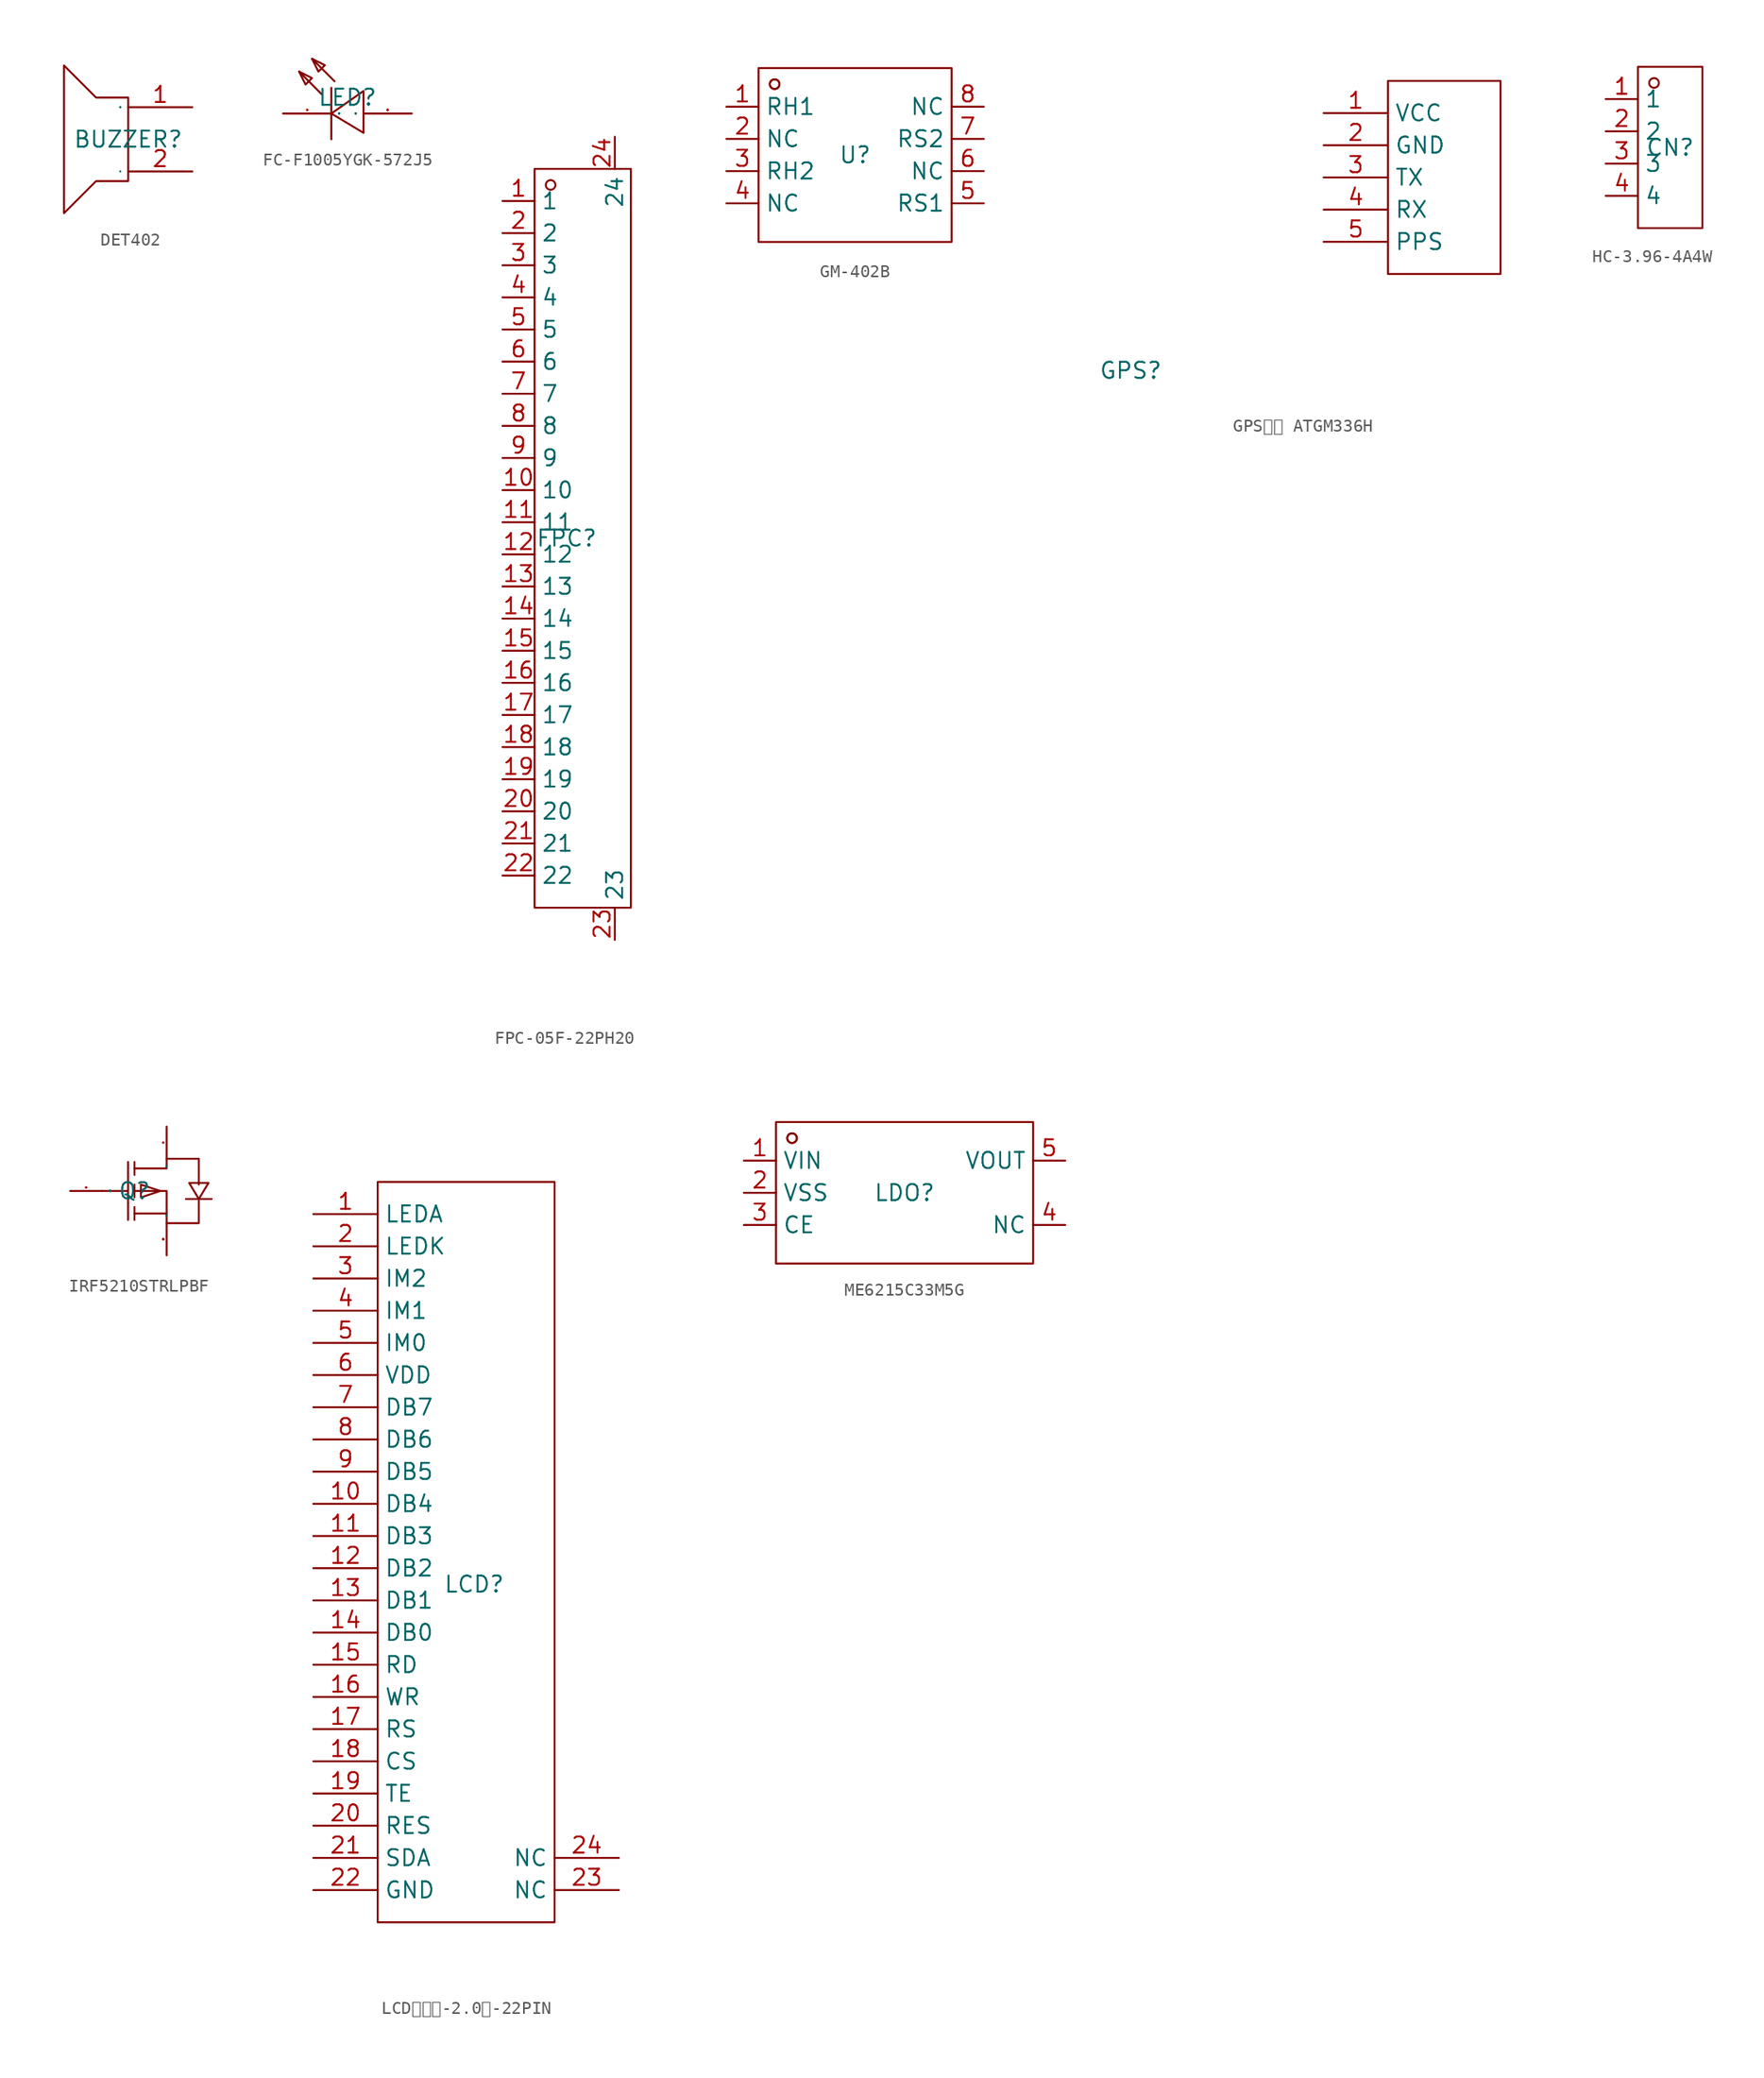
<source format=kicad_sym>
(kicad_symbol_lib
  (version 20241209)
  (generator "kicad_symbol_editor")
  (generator_version "9.0")
  (symbol "DET402"
    (property "Reference" "BUZZER"
      (at 0 0 0)
      (effects (font (size 1.27 1.27))))
    (property "Value" ""
      (at 0 0 0)
      (effects (font (size 1.27 1.27))))
    (symbol "DET402_1_0"
      (polyline (pts (xy 0 1.778) (xy 0 -3.302) (xy 0 -3.302) (xy -2.54 -3.302) (xy -2.54 -3.302) (xy -5.08 -5.842) (xy -5.08 -5.842) (xy -5.08 5.842) (xy -5.08 5.842) (xy -2.54 3.302) (xy -2.54 3.302) (xy 0 3.302) (xy 0 3.302) (xy 0 1.778)) (stroke (width 0) (type default)) (fill (type none)))
      (pin input line (at 5.08 2.54 180) (length 5.08) (name "+" (effects (font (size 0.025 0.025)))) (number "1" (effects (font (size 1.27 1.27)))))
      (pin input line (at 5.08 -2.54 180) (length 5.08) (name "-" (effects (font (size 0.025 0.025)))) (number "2" (effects (font (size 1.27 1.27)))))))
  (symbol "FC-F1005YGK-572J5"
    (property "Reference" "LED"
      (at 0 0 0)
      (effects (font (size 1.27 1.27))))
    (property "Value" ""
      (at 0 0 0)
      (effects (font (size 1.27 1.27))))
    (symbol "FC-F1005YGK-572J5_1_0"
      (polyline (pts (xy -3.81 2.032) (xy -2.794 1.524) (xy -2.794 1.524) (xy -3.302 1.016) (xy -3.302 1.016) (xy -3.81 2.032)) (stroke (width 0) (type default)) (fill (type none)))
      (polyline (pts (xy -2.794 3.048) (xy -1.778 2.54) (xy -1.778 2.54) (xy -2.286 2.032) (xy -2.286 2.032) (xy -2.794 3.048)) (stroke (width 0) (type default)) (fill (type none)))
      (polyline (pts (xy -2.032 0.254) (xy -3.81 2.032)) (stroke (width 0) (type default)) (fill (type none)))
      (polyline (pts (xy -1.27 0.762) (xy -1.27 -3.302)) (stroke (width 0) (type default)) (fill (type none)))
      (polyline (pts (xy -1.016 1.27) (xy -2.794 3.048)) (stroke (width 0) (type default)) (fill (type none)))
      (polyline (pts (xy 1.27 -2.794) (xy -1.27 -1.27) (xy -1.27 -1.27) (xy 1.27 0.508) (xy 1.27 0.508) (xy 1.27 -2.794)) (stroke (width 0) (type default)) (fill (type none)))
      (pin input line (at -5.08 -1.27 0) (length 3.81) (name "K" (effects (font (size 0.025 0.025)))) (number "1" (effects (font (size 0.025 0.025)))))
      (pin input line (at 5.08 -1.27 180) (length 3.81) (name "A" (effects (font (size 0.025 0.025)))) (number "2" (effects (font (size 0.025 0.025)))))))
  (symbol "FPC-05F-22PH20"
    (property "Reference" "FPC"
      (at 0 0 0)
      (effects (font (size 1.27 1.27))))
    (property "Value" ""
      (at 0 0 0)
      (effects (font (size 1.27 1.27))))
    (symbol "FPC-05F-22PH20_1_0"
      (rectangle (start -2.54 -29.21) (end 5.08 29.21) (stroke (width 0) (type default)) (fill (type none)))
      (circle (center -1.27 27.94) (radius 0.381) (stroke (width 0) (type default)) (fill (type none)))
      (pin input line (at -5.08 26.67 0) (length 2.54) (name "1" (effects (font (size 1.27 1.27)))) (number "1" (effects (font (size 1.27 1.27)))))
      (pin input line (at -5.08 24.13 0) (length 2.54) (name "2" (effects (font (size 1.27 1.27)))) (number "2" (effects (font (size 1.27 1.27)))))
      (pin input line (at -5.08 21.59 0) (length 2.54) (name "3" (effects (font (size 1.27 1.27)))) (number "3" (effects (font (size 1.27 1.27)))))
      (pin input line (at -5.08 19.05 0) (length 2.54) (name "4" (effects (font (size 1.27 1.27)))) (number "4" (effects (font (size 1.27 1.27)))))
      (pin input line (at -5.08 16.51 0) (length 2.54) (name "5" (effects (font (size 1.27 1.27)))) (number "5" (effects (font (size 1.27 1.27)))))
      (pin input line (at -5.08 13.97 0) (length 2.54) (name "6" (effects (font (size 1.27 1.27)))) (number "6" (effects (font (size 1.27 1.27)))))
      (pin input line (at -5.08 11.43 0) (length 2.54) (name "7" (effects (font (size 1.27 1.27)))) (number "7" (effects (font (size 1.27 1.27)))))
      (pin input line (at -5.08 8.89 0) (length 2.54) (name "8" (effects (font (size 1.27 1.27)))) (number "8" (effects (font (size 1.27 1.27)))))
      (pin input line (at -5.08 6.35 0) (length 2.54) (name "9" (effects (font (size 1.27 1.27)))) (number "9" (effects (font (size 1.27 1.27)))))
      (pin input line (at -5.08 3.81 0) (length 2.54) (name "10" (effects (font (size 1.27 1.27)))) (number "10" (effects (font (size 1.27 1.27)))))
      (pin input line (at -5.08 1.27 0) (length 2.54) (name "11" (effects (font (size 1.27 1.27)))) (number "11" (effects (font (size 1.27 1.27)))))
      (pin input line (at -5.08 -1.27 0) (length 2.54) (name "12" (effects (font (size 1.27 1.27)))) (number "12" (effects (font (size 1.27 1.27)))))
      (pin input line (at -5.08 -3.81 0) (length 2.54) (name "13" (effects (font (size 1.27 1.27)))) (number "13" (effects (font (size 1.27 1.27)))))
      (pin input line (at -5.08 -6.35 0) (length 2.54) (name "14" (effects (font (size 1.27 1.27)))) (number "14" (effects (font (size 1.27 1.27)))))
      (pin input line (at -5.08 -8.89 0) (length 2.54) (name "15" (effects (font (size 1.27 1.27)))) (number "15" (effects (font (size 1.27 1.27)))))
      (pin input line (at -5.08 -11.43 0) (length 2.54) (name "16" (effects (font (size 1.27 1.27)))) (number "16" (effects (font (size 1.27 1.27)))))
      (pin input line (at -5.08 -13.97 0) (length 2.54) (name "17" (effects (font (size 1.27 1.27)))) (number "17" (effects (font (size 1.27 1.27)))))
      (pin input line (at -5.08 -16.51 0) (length 2.54) (name "18" (effects (font (size 1.27 1.27)))) (number "18" (effects (font (size 1.27 1.27)))))
      (pin input line (at -5.08 -19.05 0) (length 2.54) (name "19" (effects (font (size 1.27 1.27)))) (number "19" (effects (font (size 1.27 1.27)))))
      (pin input line (at -5.08 -21.59 0) (length 2.54) (name "20" (effects (font (size 1.27 1.27)))) (number "20" (effects (font (size 1.27 1.27)))))
      (pin input line (at -5.08 -24.13 0) (length 2.54) (name "21" (effects (font (size 1.27 1.27)))) (number "21" (effects (font (size 1.27 1.27)))))
      (pin input line (at -5.08 -26.67 0) (length 2.54) (name "22" (effects (font (size 1.27 1.27)))) (number "22" (effects (font (size 1.27 1.27)))))
      (pin input line (at 3.81 31.75 270) (length 2.54) (name "24" (effects (font (size 1.27 1.27)))) (number "24" (effects (font (size 1.27 1.27)))))
      (pin input line (at 3.81 -31.75 90) (length 2.54) (name "23" (effects (font (size 1.27 1.27)))) (number "23" (effects (font (size 1.27 1.27)))))))
  (symbol "GM-402B"
    (property "Reference" "U"
      (at 0 0 0)
      (effects (font (size 1.27 1.27))))
    (property "Value" ""
      (at 0 0 0)
      (effects (font (size 1.27 1.27))))
    (symbol "GM-402B_1_0"
      (rectangle (start -7.62 -6.858) (end 7.62 6.858) (stroke (width 0) (type default)) (fill (type none)))
      (circle (center -6.35 5.588) (radius 0.381) (stroke (width 0) (type default)) (fill (type none)))
      (circle (center -6.35 5.588) (radius 0.381) (stroke (width 0) (type default)) (fill (type none)))
      (pin input line (at -10.16 3.81 0) (length 2.54) (name "RH1" (effects (font (size 1.27 1.27)))) (number "1" (effects (font (size 1.27 1.27)))))
      (pin input line (at -10.16 1.27 0) (length 2.54) (name "NC" (effects (font (size 1.27 1.27)))) (number "2" (effects (font (size 1.27 1.27)))))
      (pin input line (at -10.16 -1.27 0) (length 2.54) (name "RH2" (effects (font (size 1.27 1.27)))) (number "3" (effects (font (size 1.27 1.27)))))
      (pin input line (at -10.16 -3.81 0) (length 2.54) (name "NC" (effects (font (size 1.27 1.27)))) (number "4" (effects (font (size 1.27 1.27)))))
      (pin input line (at 10.16 3.81 180) (length 2.54) (name "NC" (effects (font (size 1.27 1.27)))) (number "8" (effects (font (size 1.27 1.27)))))
      (pin input line (at 10.16 1.27 180) (length 2.54) (name "RS2" (effects (font (size 1.27 1.27)))) (number "7" (effects (font (size 1.27 1.27)))))
      (pin input line (at 10.16 -1.27 180) (length 2.54) (name "NC" (effects (font (size 1.27 1.27)))) (number "6" (effects (font (size 1.27 1.27)))))
      (pin input line (at 10.16 -3.81 180) (length 2.54) (name "RS1" (effects (font (size 1.27 1.27)))) (number "5" (effects (font (size 1.27 1.27)))))))
  (symbol "GPS模块 ATGM336H"
    (property "Reference" "GPS"
      (at 0 0 0)
      (effects (font (size 1.27 1.27))))
    (property "Value" ""
      (at 0 0 0)
      (effects (font (size 1.27 1.27))))
    (symbol "GPS模块 ATGM336H_1_0"
      (rectangle (start 20.32 22.86) (end 29.21 7.62) (stroke (width 0) (type default)) (fill (type none)))
      (pin input line (at 15.24 20.32 0) (length 5.08) (name "VCC" (effects (font (size 1.27 1.27)))) (number "1" (effects (font (size 1.27 1.27)))))
      (pin input line (at 15.24 17.78 0) (length 5.08) (name "GND" (effects (font (size 1.27 1.27)))) (number "2" (effects (font (size 1.27 1.27)))))
      (pin input line (at 15.24 15.24 0) (length 5.08) (name "TX" (effects (font (size 1.27 1.27)))) (number "3" (effects (font (size 1.27 1.27)))))
      (pin input line (at 15.24 12.7 0) (length 5.08) (name "RX" (effects (font (size 1.27 1.27)))) (number "4" (effects (font (size 1.27 1.27)))))
      (pin input line (at 15.24 10.16 0) (length 5.08) (name "PPS" (effects (font (size 1.27 1.27)))) (number "5" (effects (font (size 1.27 1.27)))))))
  (symbol "HC-3.96-4A4W"
    (property "Reference" "CN"
      (at 0 0 0)
      (effects (font (size 1.27 1.27))))
    (property "Value" ""
      (at 0 0 0)
      (effects (font (size 1.27 1.27))))
    (symbol "HC-3.96-4A4W_1_0"
      (rectangle (start -2.54 -6.35) (end 2.54 6.35) (stroke (width 0) (type default)) (fill (type none)))
      (circle (center -1.27 5.08) (radius 0.381) (stroke (width 0) (type default)) (fill (type none)))
      (pin input line (at -5.08 3.81 0) (length 2.54) (name "1" (effects (font (size 1.27 1.27)))) (number "1" (effects (font (size 1.27 1.27)))))
      (pin input line (at -5.08 1.27 0) (length 2.54) (name "2" (effects (font (size 1.27 1.27)))) (number "2" (effects (font (size 1.27 1.27)))))
      (pin input line (at -5.08 -1.27 0) (length 2.54) (name "3" (effects (font (size 1.27 1.27)))) (number "3" (effects (font (size 1.27 1.27)))))
      (pin input line (at -5.08 -3.81 0) (length 2.54) (name "4" (effects (font (size 1.27 1.27)))) (number "4" (effects (font (size 1.27 1.27)))))))
  (symbol "IRF5210STRLPBF"
    (property "Reference" "Q"
      (at 0 0 0)
      (effects (font (size 1.27 1.27))))
    (property "Value" ""
      (at 0 0 0)
      (effects (font (size 1.27 1.27))))
    (symbol "IRF5210STRLPBF_1_0"
      (polyline (pts (xy -2.54 0) (xy -0.508 0)) (stroke (width 0) (type default)) (fill (type none)))
      (polyline (pts (xy -0.508 2.286) (xy -0.508 -2.286)) (stroke (width 0) (type default)) (fill (type none)))
      (polyline (pts (xy 0 2.286) (xy 0 1.27)) (stroke (width 0) (type default)) (fill (type none)))
      (polyline (pts (xy 0 1.778) (xy 2.54 1.778) (xy 2.54 1.778) (xy 2.54 2.54) (xy 2.54 2.54) (xy 5.08 2.54) (xy 5.08 2.54) (xy 5.08 0.508)) (stroke (width 0) (type default)) (fill (type none)))
      (polyline (pts (xy 0 0) (xy 2.54 0) (xy 2.54 0) (xy 2.54 -2.54) (xy 2.54 -2.54) (xy 5.08 -2.54) (xy 5.08 -2.54) (xy 5.08 -0.762)) (stroke (width 0) (type default)) (fill (type none)))
      (polyline (pts (xy 0 -0.508) (xy 0 0.508)) (stroke (width 0) (type default)) (fill (type none)))
      (polyline (pts (xy 0 -2.286) (xy 0 -1.27)) (stroke (width 0) (type default)) (fill (type none)))
      (polyline (pts (xy 2.032 0) (xy 0.508 0.508) (xy 0.508 0.508) (xy 0.508 -0.508) (xy 0.508 -0.508) (xy 2.032 0)) (stroke (width 0) (type default)) (fill (type none)))
      (polyline (pts (xy 2.54 -1.778) (xy 0 -1.778)) (stroke (width 0) (type default)) (fill (type none)))
      (polyline (pts (xy 4.064 -0.635) (xy 4.572 -0.635) (xy 4.572 -0.635) (xy 5.588 -0.635) (xy 5.588 -0.635) (xy 6.096 -0.635)) (stroke (width 0) (type default)) (fill (type none)))
      (polyline (pts (xy 5.08 -0.635) (xy 5.842 0.635) (xy 5.842 0.635) (xy 4.318 0.635) (xy 4.318 0.635) (xy 5.08 -0.635)) (stroke (width 0) (type default)) (fill (type none)))
      (pin input line (at -5.08 0 0) (length 2.54) (name "G" (effects (font (size 0.025 0.025)))) (number "1" (effects (font (size 0.025 0.025)))))
      (pin input line (at 2.54 5.08 270) (length 2.54) (name "D" (effects (font (size 0.025 0.025)))) (number "4" (effects (font (size 0.025 0.025)))))
      (pin input line (at 2.54 -5.08 90) (length 2.54) (name "S" (effects (font (size 0.025 0.025)))) (number "3" (effects (font (size 0.025 0.025)))))))
  (symbol "LCD液晶屏-2.0寸-22PIN"
    (property "Reference" "LCD"
      (at 0 0 0)
      (effects (font (size 1.27 1.27))))
    (property "Value" ""
      (at 0 0 0)
      (effects (font (size 1.27 1.27))))
    (symbol "LCD液晶屏-2.0寸-22PIN_1_0"
      (rectangle (start -7.62 31.75) (end 6.35 -26.67) (stroke (width 0) (type default)) (fill (type none)))
      (pin input line (at -12.7 29.21 0) (length 5.08) (name "LEDA" (effects (font (size 1.27 1.27)))) (number "1" (effects (font (size 1.27 1.27)))))
      (pin input line (at -12.7 26.67 0) (length 5.08) (name "LEDK" (effects (font (size 1.27 1.27)))) (number "2" (effects (font (size 1.27 1.27)))))
      (pin input line (at -12.7 24.13 0) (length 5.08) (name "IM2" (effects (font (size 1.27 1.27)))) (number "3" (effects (font (size 1.27 1.27)))))
      (pin input line (at -12.7 21.59 0) (length 5.08) (name "IM1" (effects (font (size 1.27 1.27)))) (number "4" (effects (font (size 1.27 1.27)))))
      (pin input line (at -12.7 19.05 0) (length 5.08) (name "IM0" (effects (font (size 1.27 1.27)))) (number "5" (effects (font (size 1.27 1.27)))))
      (pin input line (at -12.7 16.51 0) (length 5.08) (name "VDD" (effects (font (size 1.27 1.27)))) (number "6" (effects (font (size 1.27 1.27)))))
      (pin input line (at -12.7 13.97 0) (length 5.08) (name "DB7" (effects (font (size 1.27 1.27)))) (number "7" (effects (font (size 1.27 1.27)))))
      (pin input line (at -12.7 11.43 0) (length 5.08) (name "DB6" (effects (font (size 1.27 1.27)))) (number "8" (effects (font (size 1.27 1.27)))))
      (pin input line (at -12.7 8.89 0) (length 5.08) (name "DB5" (effects (font (size 1.27 1.27)))) (number "9" (effects (font (size 1.27 1.27)))))
      (pin input line (at -12.7 6.35 0) (length 5.08) (name "DB4" (effects (font (size 1.27 1.27)))) (number "10" (effects (font (size 1.27 1.27)))))
      (pin input line (at -12.7 3.81 0) (length 5.08) (name "DB3" (effects (font (size 1.27 1.27)))) (number "11" (effects (font (size 1.27 1.27)))))
      (pin input line (at -12.7 1.27 0) (length 5.08) (name "DB2" (effects (font (size 1.27 1.27)))) (number "12" (effects (font (size 1.27 1.27)))))
      (pin input line (at -12.7 -1.27 0) (length 5.08) (name "DB1" (effects (font (size 1.27 1.27)))) (number "13" (effects (font (size 1.27 1.27)))))
      (pin input line (at -12.7 -3.81 0) (length 5.08) (name "DB0" (effects (font (size 1.27 1.27)))) (number "14" (effects (font (size 1.27 1.27)))))
      (pin input line (at -12.7 -6.35 0) (length 5.08) (name "RD" (effects (font (size 1.27 1.27)))) (number "15" (effects (font (size 1.27 1.27)))))
      (pin input line (at -12.7 -8.89 0) (length 5.08) (name "WR" (effects (font (size 1.27 1.27)))) (number "16" (effects (font (size 1.27 1.27)))))
      (pin input line (at -12.7 -11.43 0) (length 5.08) (name "RS" (effects (font (size 1.27 1.27)))) (number "17" (effects (font (size 1.27 1.27)))))
      (pin input line (at -12.7 -13.97 0) (length 5.08) (name "CS" (effects (font (size 1.27 1.27)))) (number "18" (effects (font (size 1.27 1.27)))))
      (pin input line (at -12.7 -16.51 0) (length 5.08) (name "TE" (effects (font (size 1.27 1.27)))) (number "19" (effects (font (size 1.27 1.27)))))
      (pin input line (at -12.7 -19.05 0) (length 5.08) (name "RES" (effects (font (size 1.27 1.27)))) (number "20" (effects (font (size 1.27 1.27)))))
      (pin input line (at -12.7 -21.59 0) (length 5.08) (name "SDA" (effects (font (size 1.27 1.27)))) (number "21" (effects (font (size 1.27 1.27)))))
      (pin input line (at -12.7 -24.13 0) (length 5.08) (name "GND" (effects (font (size 1.27 1.27)))) (number "22" (effects (font (size 1.27 1.27)))))
      (pin input line (at 11.43 -21.59 180) (length 5.08) (name "NC" (effects (font (size 1.27 1.27)))) (number "24" (effects (font (size 1.27 1.27)))))
      (pin input line (at 11.43 -24.13 180) (length 5.08) (name "NC" (effects (font (size 1.27 1.27)))) (number "23" (effects (font (size 1.27 1.27)))))))
  (symbol "ME6215C33M5G"
    (property "Reference" "LDO"
      (at 0 0 0)
      (effects (font (size 1.27 1.27))))
    (property "Value" ""
      (at 0 0 0)
      (effects (font (size 1.27 1.27))))
    (symbol "ME6215C33M5G_1_0"
      (rectangle (start -10.16 -5.588) (end 10.16 5.588) (stroke (width 0) (type default)) (fill (type none)))
      (circle (center -8.89 4.318) (radius 0.381) (stroke (width 0) (type default)) (fill (type none)))
      (circle (center -8.89 4.318) (radius 0.381) (stroke (width 0) (type default)) (fill (type none)))
      (pin input line (at -12.7 2.54 0) (length 2.54) (name "VIN" (effects (font (size 1.27 1.27)))) (number "1" (effects (font (size 1.27 1.27)))))
      (pin input line (at -12.7 0 0) (length 2.54) (name "VSS" (effects (font (size 1.27 1.27)))) (number "2" (effects (font (size 1.27 1.27)))))
      (pin input line (at -12.7 -2.54 0) (length 2.54) (name "CE" (effects (font (size 1.27 1.27)))) (number "3" (effects (font (size 1.27 1.27)))))
      (pin input line (at 12.7 2.54 180) (length 2.54) (name "VOUT" (effects (font (size 1.27 1.27)))) (number "5" (effects (font (size 1.27 1.27)))))
      (pin input line (at 12.7 -2.54 180) (length 2.54) (name "NC" (effects (font (size 1.27 1.27)))) (number "4" (effects (font (size 1.27 1.27))))))))
</source>
